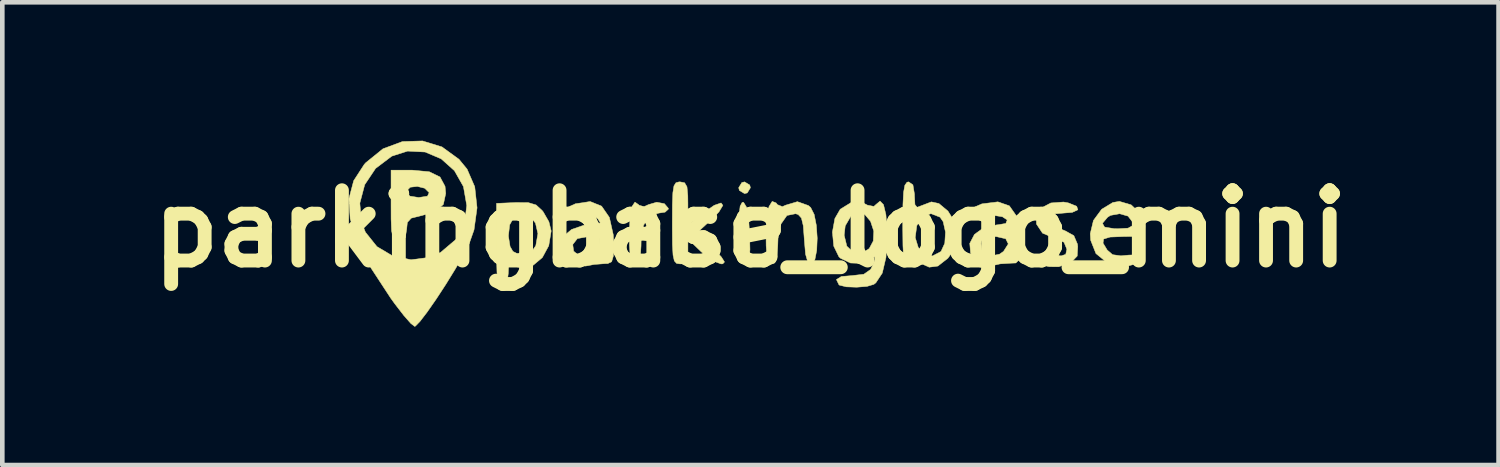
<source format=kicad_pcb>
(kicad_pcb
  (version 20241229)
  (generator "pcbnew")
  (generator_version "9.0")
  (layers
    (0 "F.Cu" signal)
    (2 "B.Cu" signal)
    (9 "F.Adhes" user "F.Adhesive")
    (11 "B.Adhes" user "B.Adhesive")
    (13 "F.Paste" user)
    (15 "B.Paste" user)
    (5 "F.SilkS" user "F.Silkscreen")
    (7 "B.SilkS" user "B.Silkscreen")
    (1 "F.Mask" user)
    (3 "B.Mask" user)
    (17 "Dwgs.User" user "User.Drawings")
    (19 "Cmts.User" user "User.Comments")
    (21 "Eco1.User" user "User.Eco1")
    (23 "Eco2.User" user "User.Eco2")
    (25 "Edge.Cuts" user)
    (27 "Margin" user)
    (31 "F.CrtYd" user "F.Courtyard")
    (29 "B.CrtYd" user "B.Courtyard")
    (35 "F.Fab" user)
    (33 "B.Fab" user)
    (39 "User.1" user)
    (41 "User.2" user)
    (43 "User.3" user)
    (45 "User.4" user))
  (footprint "parkingbase_logo_mini"
    (layer "F.Cu")
    (at 13.215 1.908)
    (property "Reference" "parkingbase_logo_mini" (at 0 0 0) (layer "F.SilkS") (effects (font (size 1.524 1.524) (thickness 0.3))))
    (attr through_hole)
    (fp_poly (pts (xy -0.015 -0.948) (xy 0 -0.889) (xy -0.068 -0.777) (xy -0.127 -0.762) (xy -0.239 -0.83) (xy -0.254 -0.889) (xy -0.186 -1.001) (xy -0.127 -1.016) (xy -0.015 -0.948)) (stroke (width 0.01) (type solid)) (fill yes) (layer "F.SilkS"))
    (fp_poly (pts (xy -0.082 -0.464) (xy -0.037 -0.194) (xy -0.018 0.113) (xy -0.01 0.448) (xy -0.023 0.646) (xy -0.062 0.74) (xy -0.123 0.762) (xy -0.19 0.733) (xy -0.23 0.625) (xy -0.249 0.407) (xy -0.254 0.078) (xy -0.247 -0.279) (xy -0.223 -0.488) (xy -0.179 -0.571) (xy -0.148 -0.572) (xy -0.082 -0.464)) (stroke (width 0.01) (type solid)) (fill yes) (layer "F.SilkS"))
    (fp_poly (pts (xy -2.42 -0.519) (xy -2.415 -0.511) (xy -2.307 -0.478) (xy -2.209 -0.523) (xy -2.031 -0.575) (xy -1.864 -0.543) (xy -1.779 -0.443) (xy -1.778 -0.426) (xy -1.85 -0.36) (xy -1.987 -0.339) (xy -2.191 -0.274) (xy -2.317 -0.076) (xy -2.369 0.267) (xy -2.371 0.375) (xy -2.387 0.629) (xy -2.442 0.745) (xy -2.498 0.762) (xy -2.565 0.729) (xy -2.604 0.608) (xy -2.622 0.369) (xy -2.625 0.132) (xy -2.61 -0.239) (xy -2.568 -0.48) (xy -2.503 -0.577) (xy -2.42 -0.519)) (stroke (width 0.01) (type solid)) (fill yes) (layer "F.SilkS"))
    (fp_poly (pts (xy -6.96 -1.235) (xy -6.728 -1.122) (xy -6.619 -0.92) (xy -6.604 -0.766) (xy -6.655 -0.528) (xy -6.823 -0.374) (xy -7.131 -0.284) (xy -7.147 -0.281) (xy -7.351 -0.23) (xy -7.436 -0.137) (xy -7.451 0.011) (xy -7.48 0.192) (xy -7.588 0.253) (xy -7.62 0.254) (xy -7.7 0.241) (xy -7.75 0.182) (xy -7.777 0.043) (xy -7.788 -0.208) (xy -7.789 -0.508) (xy -7.789 -0.81) (xy -7.451 -0.81) (xy -7.385 -0.708) (xy -7.19 -0.677) (xy -7 -0.706) (xy -6.963 -0.783) (xy -7.059 -0.878) (xy -7.22 -0.918) (xy -7.374 -0.9) (xy -7.45 -0.82) (xy -7.451 -0.81) (xy -7.789 -0.81) (xy -7.789 -1.27) (xy -7.33 -1.27) (xy -6.96 -1.235)) (stroke (width 0.01) (type solid)) (fill yes) (layer "F.SilkS"))
    (fp_poly (pts (xy 0.559 -0.558) (xy 0.583 -0.523) (xy 0.692 -0.479) (xy 0.764 -0.511) (xy 1.018 -0.587) (xy 1.256 -0.503) (xy 1.306 -0.46) (xy 1.382 -0.31) (xy 1.429 -0.072) (xy 1.448 0.204) (xy 1.437 0.467) (xy 1.397 0.67) (xy 1.327 0.761) (xy 1.316 0.762) (xy 1.242 0.714) (xy 1.195 0.551) (xy 1.169 0.248) (xy 1.168 0.234) (xy 1.146 -0.064) (xy 1.106 -0.231) (xy 1.036 -0.308) (xy 0.979 -0.326) (xy 0.792 -0.288) (xy 0.662 -0.103) (xy 0.598 0.211) (xy 0.593 0.355) (xy 0.578 0.615) (xy 0.528 0.74) (xy 0.466 0.762) (xy 0.398 0.729) (xy 0.359 0.608) (xy 0.341 0.369) (xy 0.339 0.132) (xy 0.355 -0.232) (xy 0.402 -0.479) (xy 0.472 -0.593) (xy 0.559 -0.558)) (stroke (width 0.01) (type solid)) (fill yes) (layer "F.SilkS"))
    (fp_poly (pts (xy 6.888 -0.561) (xy 7.072 -0.487) (xy 7.097 -0.411) (xy 6.976 -0.355) (xy 6.778 -0.339) (xy 6.501 -0.314) (xy 6.383 -0.246) (xy 6.423 -0.148) (xy 6.62 -0.032) (xy 6.816 0.042) (xy 7.01 0.149) (xy 7.088 0.332) (xy 7.095 0.387) (xy 7.083 0.592) (xy 6.967 0.713) (xy 6.901 0.746) (xy 6.681 0.824) (xy 6.477 0.822) (xy 6.329 0.788) (xy 6.203 0.702) (xy 6.181 0.637) (xy 6.231 0.567) (xy 6.403 0.557) (xy 6.519 0.57) (xy 6.737 0.588) (xy 6.834 0.555) (xy 6.858 0.452) (xy 6.858 0.441) (xy 6.797 0.293) (xy 6.61 0.213) (xy 6.331 0.095) (xy 6.2 -0.102) (xy 6.195 -0.269) (xy 6.298 -0.448) (xy 6.512 -0.559) (xy 6.787 -0.579) (xy 6.888 -0.561)) (stroke (width 0.01) (type solid)) (fill yes) (layer "F.SilkS"))
    (fp_poly (pts (xy -1.426 -0.996) (xy -1.375 -0.909) (xy -1.357 -0.716) (xy -1.355 -0.546) (xy -1.355 -0.077) (xy -1.022 -0.344) (xy -0.784 -0.508) (xy -0.636 -0.559) (xy -0.597 -0.507) (xy -0.683 -0.365) (xy -0.829 -0.214) (xy -1.143 0.074) (xy -0.808 0.418) (xy -0.628 0.614) (xy -0.562 0.72) (xy -0.599 0.76) (xy -0.635 0.762) (xy -0.791 0.706) (xy -0.994 0.564) (xy -1.075 0.491) (xy -1.355 0.221) (xy -1.355 0.491) (xy -1.378 0.685) (xy -1.466 0.757) (xy -1.524 0.762) (xy -1.6 0.751) (xy -1.649 0.697) (xy -1.677 0.572) (xy -1.69 0.344) (xy -1.693 -0.016) (xy -1.693 -0.127) (xy -1.691 -0.524) (xy -1.681 -0.781) (xy -1.657 -0.929) (xy -1.614 -0.997) (xy -1.545 -1.016) (xy -1.524 -1.016) (xy -1.426 -0.996)) (stroke (width 0.01) (type solid)) (fill yes) (layer "F.SilkS"))
    (fp_poly (pts (xy -4.814 -0.566) (xy -4.646 -0.516) (xy -4.515 -0.396) (xy -4.491 -0.366) (xy -4.368 -0.152) (xy -4.318 0.048) (xy -4.371 0.368) (xy -4.51 0.624) (xy -4.706 0.789) (xy -4.929 0.833) (xy -5.086 0.778) (xy -5.195 0.726) (xy -5.24 0.78) (xy -5.249 0.97) (xy -5.249 0.973) (xy -5.277 1.192) (xy -5.364 1.269) (xy -5.376 1.27) (xy -5.434 1.243) (xy -5.471 1.144) (xy -5.493 0.946) (xy -5.502 0.623) (xy -5.503 0.36) (xy -5.503 0.156) (xy -5.246 0.156) (xy -5.209 0.385) (xy -5.148 0.491) (xy -4.956 0.59) (xy -4.772 0.537) (xy -4.652 0.368) (xy -4.606 0.106) (xy -4.658 -0.12) (xy -4.78 -0.276) (xy -4.948 -0.328) (xy -5.126 -0.251) (xy -5.218 -0.085) (xy -5.246 0.156) (xy -5.503 0.156) (xy -5.503 -0.55) (xy -5.083 -0.568) (xy -4.814 -0.566)) (stroke (width 0.01) (type solid)) (fill yes) (layer "F.SilkS"))
    (fp_poly (pts (xy -3.226 -0.49) (xy -3.057 -0.246) (xy -2.972 0.134) (xy -2.963 0.342) (xy -2.971 0.592) (xy -3.008 0.715) (xy -3.092 0.755) (xy -3.154 0.756) (xy -3.388 0.774) (xy -3.569 0.808) (xy -3.793 0.808) (xy -3.971 0.686) (xy -4.1 0.516) (xy -4.149 0.381) (xy -4.134 0.342) (xy -3.851 0.342) (xy -3.831 0.487) (xy -3.721 0.576) (xy -3.543 0.579) (xy -3.423 0.528) (xy -3.316 0.399) (xy -3.277 0.318) (xy -3.268 0.216) (xy -3.368 0.175) (xy -3.509 0.169) (xy -3.751 0.213) (xy -3.851 0.342) (xy -4.134 0.342) (xy -4.072 0.18) (xy -3.877 0.016) (xy -3.612 -0.076) (xy -3.503 -0.085) (xy -3.309 -0.093) (xy -3.255 -0.133) (xy -3.309 -0.22) (xy -3.458 -0.312) (xy -3.705 -0.318) (xy -3.748 -0.313) (xy -3.971 -0.312) (xy -4.044 -0.371) (xy -3.961 -0.465) (xy -3.794 -0.541) (xy -3.473 -0.59) (xy -3.226 -0.49)) (stroke (width 0.01) (type solid)) (fill yes) (layer "F.SilkS"))
    (fp_poly (pts (xy 5.612 -0.497) (xy 5.768 -0.275) (xy 5.837 0.09) (xy 5.842 0.253) (xy 5.837 0.534) (xy 5.813 0.684) (xy 5.753 0.742) (xy 5.652 0.746) (xy 5.413 0.761) (xy 5.289 0.789) (xy 5.073 0.784) (xy 4.929 0.715) (xy 4.772 0.528) (xy 4.755 0.325) (xy 4.995 0.325) (xy 5.023 0.486) (xy 5.052 0.536) (xy 5.208 0.591) (xy 5.4 0.551) (xy 5.486 0.491) (xy 5.589 0.329) (xy 5.534 0.217) (xy 5.33 0.17) (xy 5.292 0.169) (xy 5.085 0.19) (xy 5.002 0.267) (xy 4.995 0.325) (xy 4.755 0.325) (xy 4.754 0.318) (xy 4.856 0.123) (xy 5.059 -0.024) (xy 5.344 -0.085) (xy 5.36 -0.085) (xy 5.536 -0.115) (xy 5.566 -0.191) (xy 5.462 -0.26) (xy 5.242 -0.295) (xy 5.178 -0.296) (xy 4.944 -0.323) (xy 4.832 -0.389) (xy 4.859 -0.47) (xy 5.016 -0.539) (xy 5.364 -0.583) (xy 5.612 -0.497)) (stroke (width 0.01) (type solid)) (fill yes) (layer "F.SilkS"))
    (fp_poly (pts (xy 8.252 -0.518) (xy 8.454 -0.329) (xy 8.55 -0.08) (xy 8.551 -0.042) (xy 8.539 0.079) (xy 8.475 0.142) (xy 8.318 0.166) (xy 8.086 0.169) (xy 7.796 0.18) (xy 7.655 0.222) (xy 7.643 0.312) (xy 7.734 0.462) (xy 7.85 0.562) (xy 8.03 0.587) (xy 8.2 0.571) (xy 8.439 0.562) (xy 8.543 0.604) (xy 8.498 0.682) (xy 8.334 0.764) (xy 8.085 0.835) (xy 7.89 0.815) (xy 7.747 0.749) (xy 7.489 0.537) (xy 7.375 0.249) (xy 7.366 0.107) (xy 7.42 -0.118) (xy 7.63 -0.118) (xy 7.676 -0.036) (xy 7.883 -0.002) (xy 7.965 0) (xy 8.186 -0.013) (xy 8.277 -0.064) (xy 8.282 -0.148) (xy 8.184 -0.274) (xy 8.001 -0.326) (xy 7.805 -0.29) (xy 7.742 -0.25) (xy 7.63 -0.118) (xy 7.42 -0.118) (xy 7.435 -0.18) (xy 7.613 -0.422) (xy 7.855 -0.569) (xy 7.997 -0.593) (xy 8.252 -0.518)) (stroke (width 0.01) (type solid)) (fill yes) (layer "F.SilkS"))
    (fp_poly (pts (xy 3.522 -0.952) (xy 3.556 -0.749) (xy 3.556 -0.717) (xy 3.566 -0.523) (xy 3.613 -0.465) (xy 3.72 -0.505) (xy 3.921 -0.582) (xy 4.085 -0.547) (xy 4.279 -0.385) (xy 4.28 -0.385) (xy 4.453 -0.11) (xy 4.487 0.127) (xy 4.418 0.45) (xy 4.28 0.639) (xy 4.064 0.808) (xy 3.875 0.833) (xy 3.737 0.771) (xy 3.562 0.729) (xy 3.462 0.74) (xy 3.391 0.747) (xy 3.345 0.705) (xy 3.318 0.587) (xy 3.306 0.363) (xy 3.304 0.19) (xy 3.572 0.19) (xy 3.638 0.406) (xy 3.772 0.549) (xy 3.946 0.59) (xy 4.129 0.494) (xy 4.132 0.491) (xy 4.213 0.314) (xy 4.228 0.072) (xy 4.178 -0.153) (xy 4.11 -0.251) (xy 3.912 -0.328) (xy 3.727 -0.255) (xy 3.606 -0.066) (xy 3.572 0.19) (xy 3.304 0.19) (xy 3.302 0.005) (xy 3.302 -0.117) (xy 3.306 -0.526) (xy 3.32 -0.792) (xy 3.348 -0.944) (xy 3.394 -1.008) (xy 3.429 -1.016) (xy 3.522 -0.952)) (stroke (width 0.01) (type solid)) (fill yes) (layer "F.SilkS"))
    (fp_poly (pts (xy -6.686 -1.774) (xy -6.317 -1.506) (xy -6.141 -1.292) (xy -5.975 -0.91) (xy -5.925 -0.454) (xy -5.991 0.025) (xy -6.096 0.323) (xy -6.223 0.571) (xy -6.398 0.875) (xy -6.601 1.204) (xy -6.81 1.524) (xy -7.005 1.804) (xy -7.163 2.01) (xy -7.263 2.112) (xy -7.277 2.117) (xy -7.361 2.052) (xy -7.513 1.879) (xy -7.706 1.629) (xy -7.797 1.503) (xy -8.225 0.849) (xy -8.517 0.281) (xy -8.675 -0.216) (xy -8.696 -0.554) (xy -8.466 -0.554) (xy -8.43 -0.143) (xy -8.345 0.074) (xy -8.095 0.387) (xy -7.751 0.591) (xy -7.356 0.672) (xy -6.955 0.62) (xy -6.714 0.512) (xy -6.381 0.23) (xy -6.196 -0.126) (xy -6.148 -0.503) (xy -6.22 -0.914) (xy -6.415 -1.258) (xy -6.702 -1.515) (xy -7.051 -1.663) (xy -7.43 -1.683) (xy -7.772 -1.574) (xy -8.124 -1.308) (xy -8.36 -0.955) (xy -8.466 -0.554) (xy -8.696 -0.554) (xy -8.702 -0.652) (xy -8.599 -1.041) (xy -8.37 -1.394) (xy -8.338 -1.43) (xy -7.964 -1.733) (xy -7.542 -1.89) (xy -7.106 -1.903) (xy -6.686 -1.774)) (stroke (width 0.01) (type solid)) (fill yes) (layer "F.SilkS"))
    (fp_poly (pts (xy 2.885 -0.521) (xy 2.937 -0.305) (xy 2.962 0.032) (xy 2.963 0.138) (xy 2.938 0.622) (xy 2.858 0.961) (xy 2.719 1.171) (xy 2.675 1.205) (xy 2.528 1.249) (xy 2.304 1.267) (xy 2.08 1.259) (xy 1.932 1.223) (xy 1.919 1.214) (xy 1.864 1.101) (xy 1.971 1.035) (xy 2.198 1.016) (xy 2.458 0.986) (xy 2.602 0.885) (xy 2.622 0.852) (xy 2.698 0.676) (xy 2.692 0.606) (xy 2.608 0.66) (xy 2.413 0.751) (xy 2.167 0.742) (xy 1.952 0.639) (xy 1.918 0.607) (xy 1.806 0.376) (xy 1.784 0.14) (xy 2.032 0.14) (xy 2.09 0.378) (xy 2.231 0.513) (xy 2.409 0.533) (xy 2.575 0.43) (xy 2.663 0.265) (xy 2.674 0.051) (xy 2.604 -0.161) (xy 2.48 -0.308) (xy 2.39 -0.339) (xy 2.175 -0.268) (xy 2.055 -0.063) (xy 2.032 0.14) (xy 1.784 0.14) (xy 1.777 0.074) (xy 1.831 -0.222) (xy 1.947 -0.423) (xy 2.191 -0.573) (xy 2.446 -0.558) (xy 2.538 -0.511) (xy 2.676 -0.484) (xy 2.719 -0.523) (xy 2.81 -0.599) (xy 2.885 -0.521)) (stroke (width 0.01) (type solid)) (fill yes) (layer "F.SilkS")))
  (gr_rect
    (start -3 -3)
    (end 29.431 7.029)
    (stroke (width 0.1) (type default))
    (fill no)
    (layer "Edge.Cuts")))
</source>
